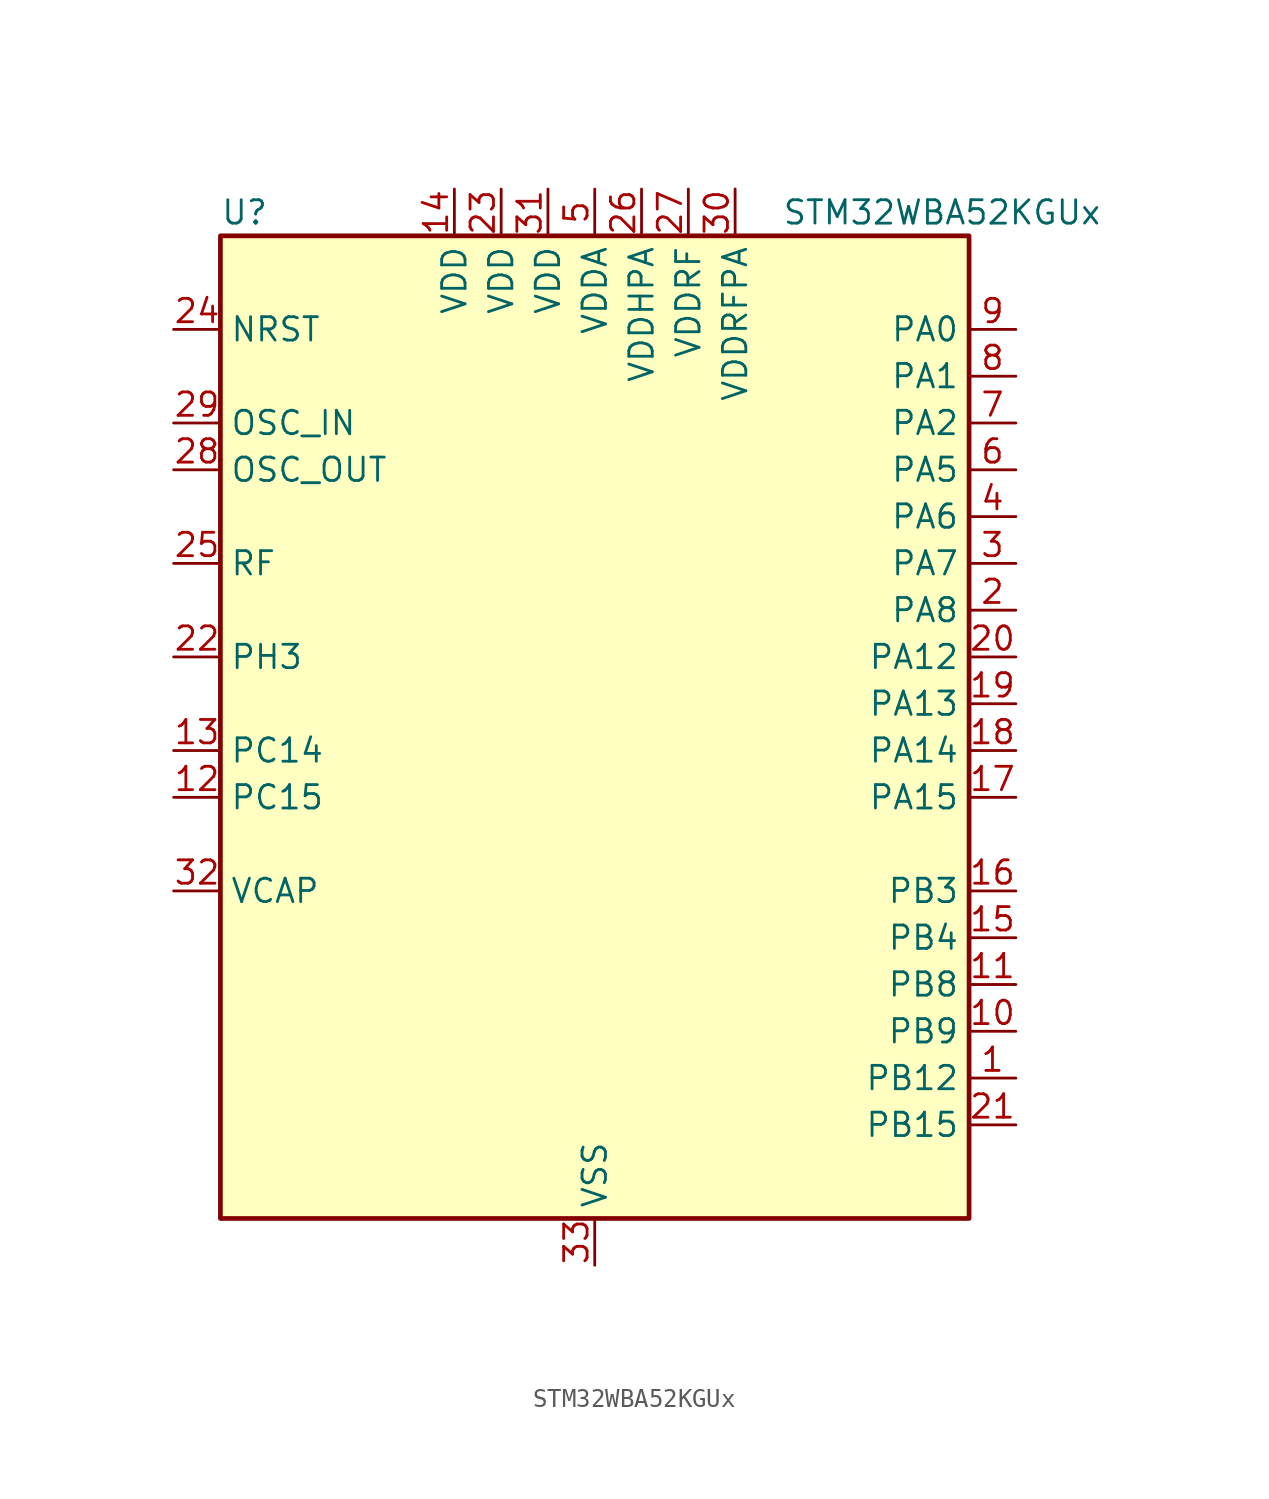
<source format=kicad_sym>
(kicad_symbol_lib
  (version 20231120)
  (generator "kicad-library-utils")
  (generator_version "8.0")
  (symbol "STM32WBA52KGUx"
    (property "Reference" "U"
      (at -20.32 29.21 0)
      (effects (font (size 1.27 1.27)) (justify left)))
    (property "Value" "STM32WBA52KGUx"
      (at 10.16 29.21 0)
      (effects (font (size 1.27 1.27)) (justify left)))
    (symbol "STM32WBA52KGUx_0_1"
      (rectangle (start -20.32 -25.4) (end 20.32 27.94) (stroke (width 0.254) (type default)) (fill (type background))))
    (symbol "STM32WBA52KGUx_1_1"
      (pin bidirectional line (at 22.86 -17.78 180) (length 2.54) (name "PB12" (effects (font (size 1.27 1.27)))) (number "1" (effects (font (size 1.27 1.27)))) (alternate "SPI1_RDY" bidirectional line) (alternate "TIM2_CH1" bidirectional line) (alternate "TIM2_ETR" bidirectional line) (alternate "TIM3_ETR" bidirectional line) (alternate "TSC_SYNC" bidirectional line) (alternate "USART1_TX" bidirectional line))
      (pin bidirectional line (at 22.86 -15.24 180) (length 2.54) (name "PB9" (effects (font (size 1.27 1.27)))) (number "10" (effects (font (size 1.27 1.27)))) (alternate "ADC4_IN10" bidirectional line) (alternate "IR_OUT" bidirectional line) (alternate "LPTIM2_IN1" bidirectional line) (alternate "LPUART1_DE" bidirectional line) (alternate "LPUART1_RTS" bidirectional line) (alternate "PWR_WKUP8" bidirectional line) (alternate "SPI3_MISO" bidirectional line) (alternate "TIM16_CH1" bidirectional line) (alternate "TIM1_CH3N" bidirectional line) (alternate "TIM3_CH4" bidirectional line) (alternate "TSC_G2_IO3" bidirectional line))
      (pin bidirectional line (at 22.86 -12.7 180) (length 2.54) (name "PB8" (effects (font (size 1.27 1.27)))) (number "11" (effects (font (size 1.27 1.27)))) (alternate "LPTIM1_ETR" bidirectional line) (alternate "PWR_PVD_IN" bidirectional line) (alternate "SPI3_MOSI" bidirectional line) (alternate "TIM16_CH1N" bidirectional line) (alternate "TIM1_CH1" bidirectional line) (alternate "TIM3_ETR" bidirectional line) (alternate "TSC_G2_IO4" bidirectional line) (alternate "USART2_RX" bidirectional line))
      (pin bidirectional line (at -22.86 -2.54 0) (length 2.54) (name "PC15" (effects (font (size 1.27 1.27)))) (number "12" (effects (font (size 1.27 1.27)))) (alternate "ADC4_EXTI15" bidirectional line) (alternate "RCC_OSC32_OUT" bidirectional line))
      (pin bidirectional line (at -22.86 0 0) (length 2.54) (name "PC14" (effects (font (size 1.27 1.27)))) (number "13" (effects (font (size 1.27 1.27)))) (alternate "RCC_OSC32_IN" bidirectional line))
      (pin power_in line (at -7.62 30.48 270) (length 2.54) (name "VDD" (effects (font (size 1.27 1.27)))) (number "14" (effects (font (size 1.27 1.27)))))
      (pin bidirectional line (at 22.86 -10.16 180) (length 2.54) (name "PB4" (effects (font (size 1.27 1.27)))) (number "15" (effects (font (size 1.27 1.27)))) (alternate "DEBUG_JTRST" bidirectional line) (alternate "LPTIM2_IN2" bidirectional line) (alternate "SPI1_SCK" bidirectional line) (alternate "TIM17_CH1" bidirectional line) (alternate "TIM1_CH3" bidirectional line) (alternate "TSC_G3_IO1" bidirectional line) (alternate "USART2_RX" bidirectional line))
      (pin bidirectional line (at 22.86 -7.62 180) (length 2.54) (name "PB3" (effects (font (size 1.27 1.27)))) (number "16" (effects (font (size 1.27 1.27)))) (alternate "DEBUG_JTDO-SWO" bidirectional line) (alternate "I2C1_SDA" bidirectional line) (alternate "LPTIM1_IN2" bidirectional line) (alternate "SPI1_MISO" bidirectional line) (alternate "TIM17_CH1N" bidirectional line) (alternate "TIM1_CH4" bidirectional line) (alternate "TSC_G3_IO2" bidirectional line) (alternate "USART2_CK" bidirectional line))
      (pin bidirectional line (at 22.86 -2.54 180) (length 2.54) (name "PA15" (effects (font (size 1.27 1.27)))) (number "17" (effects (font (size 1.27 1.27)))) (alternate "ADC4_EXTI15" bidirectional line) (alternate "DEBUG_JTDI" bidirectional line) (alternate "I2C1_SCL" bidirectional line) (alternate "LPTIM1_CH2" bidirectional line) (alternate "SPI1_MOSI" bidirectional line) (alternate "TIM17_BKIN" bidirectional line) (alternate "TIM1_ETR" bidirectional line) (alternate "TSC_G3_IO3" bidirectional line) (alternate "USART2_DE" bidirectional line) (alternate "USART2_RTS" bidirectional line))
      (pin bidirectional line (at 22.86 0 180) (length 2.54) (name "PA14" (effects (font (size 1.27 1.27)))) (number "18" (effects (font (size 1.27 1.27)))) (alternate "DEBUG_JTCK-SWCLK" bidirectional line) (alternate "TAMP_IN3" bidirectional line) (alternate "TAMP_OUT6" bidirectional line) (alternate "USART2_TX" bidirectional line))
      (pin bidirectional line (at 22.86 2.54 180) (length 2.54) (name "PA13" (effects (font (size 1.27 1.27)))) (number "19" (effects (font (size 1.27 1.27)))) (alternate "DEBUG_JTMS-SWDIO" bidirectional line) (alternate "IR_OUT" bidirectional line))
      (pin bidirectional line (at 22.86 7.62 180) (length 2.54) (name "PA8" (effects (font (size 1.27 1.27)))) (number "2" (effects (font (size 1.27 1.27)))) (alternate "ADC4_IN1" bidirectional line) (alternate "LPTIM1_CH2" bidirectional line) (alternate "RCC_MCO" bidirectional line) (alternate "SPI3_RDY" bidirectional line) (alternate "TIM2_CH2" bidirectional line) (alternate "TSC_G1_IO1" bidirectional line) (alternate "USART1_RX" bidirectional line))
      (pin bidirectional line (at 22.86 5.08 180) (length 2.54) (name "PA12" (effects (font (size 1.27 1.27)))) (number "20" (effects (font (size 1.27 1.27)))) (alternate "PWR_WKUP6" bidirectional line) (alternate "RF_ANTSW0" bidirectional line) (alternate "SPI1_NSS" bidirectional line) (alternate "TIM1_CH2" bidirectional line) (alternate "TSC_G3_IO4" bidirectional line) (alternate "USART2_TX" bidirectional line))
      (pin bidirectional line (at 22.86 -20.32 180) (length 2.54) (name "PB15" (effects (font (size 1.27 1.27)))) (number "21" (effects (font (size 1.27 1.27)))) (alternate "ADC4_EXTI15" bidirectional line) (alternate "I2C1_SMBA" bidirectional line) (alternate "I2C3_SMBA" bidirectional line) (alternate "LPUART1_CTS" bidirectional line) (alternate "TIM16_BKIN" bidirectional line) (alternate "TIM1_BKIN2" bidirectional line) (alternate "USART2_CTS" bidirectional line))
      (pin bidirectional line (at -22.86 5.08 0) (length 2.54) (name "PH3" (effects (font (size 1.27 1.27)))) (number "22" (effects (font (size 1.27 1.27)))) (alternate "TAMP_IN2" bidirectional line) (alternate "TAMP_OUT1" bidirectional line))
      (pin power_in line (at -5.08 30.48 270) (length 2.54) (name "VDD" (effects (font (size 1.27 1.27)))) (number "23" (effects (font (size 1.27 1.27)))))
      (pin input line (at -22.86 22.86 0) (length 2.54) (name "NRST" (effects (font (size 1.27 1.27)))) (number "24" (effects (font (size 1.27 1.27)))))
      (pin bidirectional line (at -22.86 10.16 0) (length 2.54) (name "RF" (effects (font (size 1.27 1.27)))) (number "25" (effects (font (size 1.27 1.27)))))
      (pin power_in line (at 2.54 30.48 270) (length 2.54) (name "VDDHPA" (effects (font (size 1.27 1.27)))) (number "26" (effects (font (size 1.27 1.27)))))
      (pin power_in line (at 5.08 30.48 270) (length 2.54) (name "VDDRF" (effects (font (size 1.27 1.27)))) (number "27" (effects (font (size 1.27 1.27)))))
      (pin input line (at -22.86 15.24 0) (length 2.54) (name "OSC_OUT" (effects (font (size 1.27 1.27)))) (number "28" (effects (font (size 1.27 1.27)))) (alternate "RCC_OSC_OUT" bidirectional line))
      (pin input line (at -22.86 17.78 0) (length 2.54) (name "OSC_IN" (effects (font (size 1.27 1.27)))) (number "29" (effects (font (size 1.27 1.27)))) (alternate "RCC_OSC_IN" bidirectional line))
      (pin bidirectional line (at 22.86 10.16 180) (length 2.54) (name "PA7" (effects (font (size 1.27 1.27)))) (number "3" (effects (font (size 1.27 1.27)))) (alternate "ADC4_IN2" bidirectional line) (alternate "I2C3_SDA" bidirectional line) (alternate "PWR_WKUP8" bidirectional line) (alternate "TAMP_IN1" bidirectional line) (alternate "TAMP_OUT2" bidirectional line) (alternate "TIM2_CH3" bidirectional line) (alternate "TSC_G1_IO2" bidirectional line) (alternate "USART1_CTS" bidirectional line))
      (pin power_in line (at 7.62 30.48 270) (length 2.54) (name "VDDRFPA" (effects (font (size 1.27 1.27)))) (number "30" (effects (font (size 1.27 1.27)))))
      (pin power_in line (at -2.54 30.48 270) (length 2.54) (name "VDD" (effects (font (size 1.27 1.27)))) (number "31" (effects (font (size 1.27 1.27)))))
      (pin power_out line (at -22.86 -7.62 0) (length 2.54) (name "VCAP" (effects (font (size 1.27 1.27)))) (number "32" (effects (font (size 1.27 1.27)))))
      (pin power_in line (at 0 -27.94 90) (length 2.54) (name "VSS" (effects (font (size 1.27 1.27)))) (number "33" (effects (font (size 1.27 1.27)))))
      (pin bidirectional line (at 22.86 12.7 180) (length 2.54) (name "PA6" (effects (font (size 1.27 1.27)))) (number "4" (effects (font (size 1.27 1.27)))) (alternate "ADC4_IN3" bidirectional line) (alternate "I2C3_SCL" bidirectional line) (alternate "PWR_CSTOP" bidirectional line) (alternate "PWR_WKUP7" bidirectional line) (alternate "SPI3_RDY" bidirectional line) (alternate "TIM2_CH4" bidirectional line) (alternate "TSC_G1_IO3" bidirectional line) (alternate "USART1_DE" bidirectional line) (alternate "USART1_RTS" bidirectional line))
      (pin power_in line (at 0 30.48 270) (length 2.54) (name "VDDA" (effects (font (size 1.27 1.27)))) (number "5" (effects (font (size 1.27 1.27)))))
      (pin bidirectional line (at 22.86 15.24 180) (length 2.54) (name "PA5" (effects (font (size 1.27 1.27)))) (number "6" (effects (font (size 1.27 1.27)))) (alternate "ADC4_IN4" bidirectional line) (alternate "LPTIM2_ETR" bidirectional line) (alternate "PWR_CSLEEP" bidirectional line) (alternate "PWR_WKUP6" bidirectional line) (alternate "SPI3_NSS" bidirectional line) (alternate "TIM2_CH1" bidirectional line) (alternate "TIM2_ETR" bidirectional line) (alternate "TSC_G1_IO4" bidirectional line) (alternate "USART1_CK" bidirectional line))
      (pin bidirectional line (at 22.86 17.78 180) (length 2.54) (name "PA2" (effects (font (size 1.27 1.27)))) (number "7" (effects (font (size 1.27 1.27)))) (alternate "ADC4_IN7" bidirectional line) (alternate "LPUART1_TX" bidirectional line) (alternate "PWR_WKUP4" bidirectional line) (alternate "RCC_LSCO" bidirectional line) (alternate "TIM16_CH1" bidirectional line) (alternate "TIM1_BKIN" bidirectional line) (alternate "TIM3_CH1" bidirectional line) (alternate "TSC_G4_IO4" bidirectional line) (alternate "USART1_DE" bidirectional line) (alternate "USART1_RTS" bidirectional line))
      (pin bidirectional line (at 22.86 20.32 180) (length 2.54) (name "PA1" (effects (font (size 1.27 1.27)))) (number "8" (effects (font (size 1.27 1.27)))) (alternate "ADC4_IN8" bidirectional line) (alternate "LPTIM2_CH2" bidirectional line) (alternate "LPUART1_RX" bidirectional line) (alternate "PWR_WKUP3" bidirectional line) (alternate "SPI1_RDY" bidirectional line) (alternate "TIM17_CH1" bidirectional line) (alternate "TIM1_CH1N" bidirectional line) (alternate "TIM3_CH2" bidirectional line) (alternate "TSC_G2_IO1" bidirectional line) (alternate "USART1_CK" bidirectional line))
      (pin bidirectional line (at 22.86 22.86 180) (length 2.54) (name "PA0" (effects (font (size 1.27 1.27)))) (number "9" (effects (font (size 1.27 1.27)))) (alternate "ADC4_IN9" bidirectional line) (alternate "LPTIM1_IN1" bidirectional line) (alternate "LPUART1_CTS" bidirectional line) (alternate "PWR_WKUP1" bidirectional line) (alternate "SPI3_SCK" bidirectional line) (alternate "TIM1_CH2N" bidirectional line) (alternate "TIM3_CH3" bidirectional line) (alternate "TIM3_ETR" bidirectional line) (alternate "TSC_G2_IO2" bidirectional line)))))
</source>
